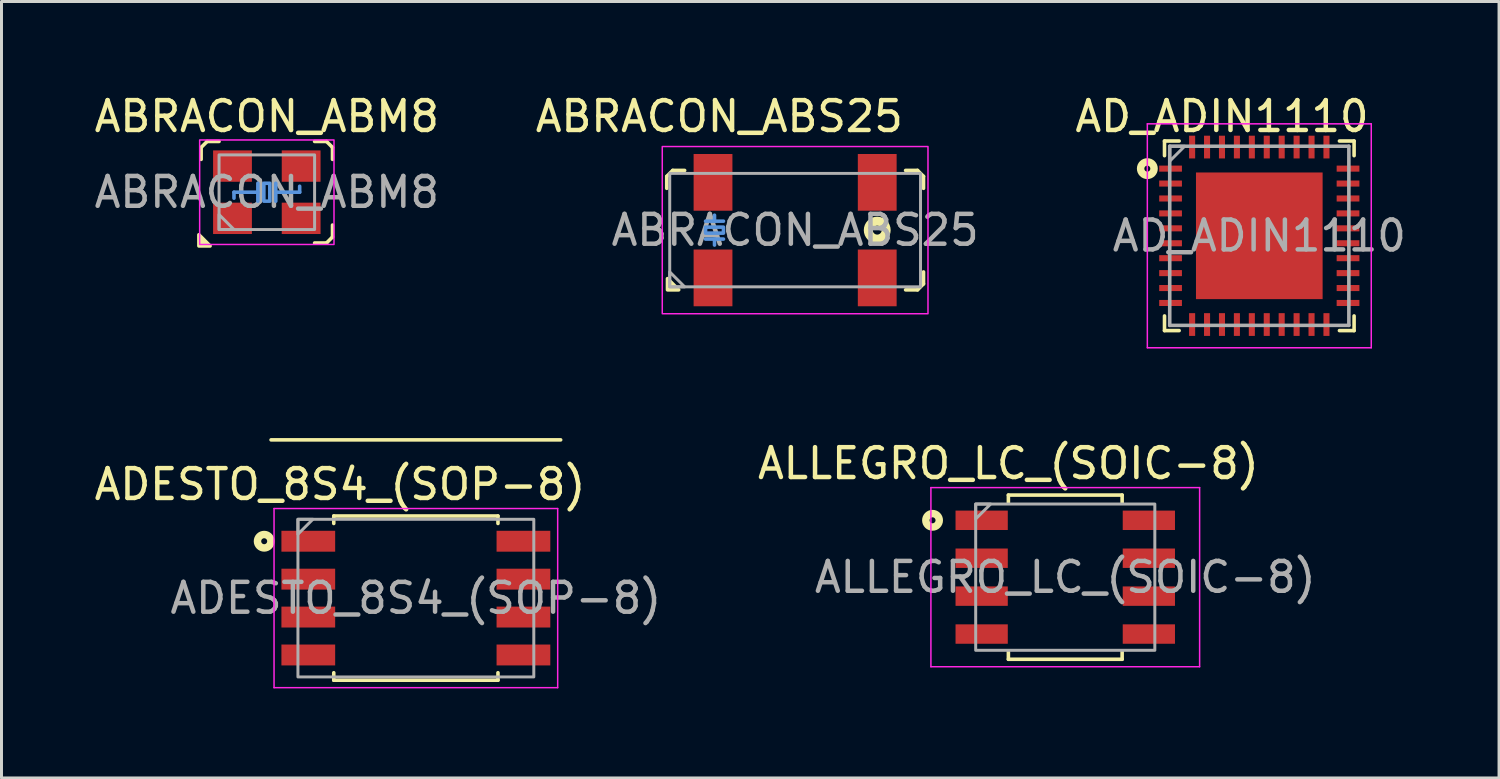
<source format=kicad_pcb>
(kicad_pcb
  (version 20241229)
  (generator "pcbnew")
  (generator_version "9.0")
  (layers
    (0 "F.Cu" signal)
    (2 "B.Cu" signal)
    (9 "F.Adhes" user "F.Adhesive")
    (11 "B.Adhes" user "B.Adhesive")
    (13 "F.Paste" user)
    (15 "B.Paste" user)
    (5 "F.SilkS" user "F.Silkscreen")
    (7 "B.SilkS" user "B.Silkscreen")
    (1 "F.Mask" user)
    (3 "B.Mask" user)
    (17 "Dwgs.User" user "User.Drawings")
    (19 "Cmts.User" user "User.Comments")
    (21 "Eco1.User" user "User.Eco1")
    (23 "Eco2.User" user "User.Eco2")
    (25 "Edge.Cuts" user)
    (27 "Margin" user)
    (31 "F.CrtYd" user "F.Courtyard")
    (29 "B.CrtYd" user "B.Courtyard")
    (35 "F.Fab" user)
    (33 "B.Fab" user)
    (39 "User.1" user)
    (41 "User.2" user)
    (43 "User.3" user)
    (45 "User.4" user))
  (footprint "ABRACON_ABS25"
    (layer "F.Cu")
    (at 23.582 4.658)
    (property "Reference" "ABRACON_ABS25" (at -2.54 -3.81 0) (unlocked yes) (layer "F.SilkS") (effects (font (size 1 1) (thickness 0.15))))
    (attr smd)
    (fp_line (start -4.3 -1.8) (end -4.1 -2) (stroke (width 0.12) (type solid)) (layer "F.SilkS"))
    (fp_line (start -4.3 -1.4) (end -4.3 -1.8) (stroke (width 0.12) (type solid)) (layer "F.SilkS"))
    (fp_line (start -4.1 -2) (end -3.7 -2) (stroke (width 0.12) (type solid)) (layer "F.SilkS"))
    (fp_line (start 3.7 2) (end 4.1 2) (stroke (width 0.12) (type solid)) (layer "F.SilkS"))
    (fp_line (start 4.1 -2) (end 3.7 -2) (stroke (width 0.12) (type solid)) (layer "F.SilkS"))
    (fp_line (start 4.1 2) (end 4.3 1.8) (stroke (width 0.12) (type solid)) (layer "F.SilkS"))
    (fp_line (start 4.3 -1.8) (end 4.1 -2) (stroke (width 0.12) (type solid)) (layer "F.SilkS"))
    (fp_line (start 4.3 -1.4) (end 4.3 -1.8) (stroke (width 0.12) (type solid)) (layer "F.SilkS"))
    (fp_line (start 4.3 1.8) (end 4.3 1.4) (stroke (width 0.12) (type solid)) (layer "F.SilkS"))
    (fp_circle (center 2.75 0) (end 3.05 0) (stroke (width 0.3) (type solid)) (fill no) (layer "F.SilkS"))
    (fp_poly (pts (xy -3.9 2) (xy -4.275 2) (xy -4.275 1.625)) (stroke (width 0.12) (type solid)) (fill yes) (layer "F.SilkS"))
    (fp_line (start -3 0.3) (end -2.4 0.3) (stroke (width 0.12) (type solid)) (layer "Cmts.User"))
    (fp_line (start -2.7 -0.3) (end -2.7 -0.5) (stroke (width 0.12) (type solid)) (layer "Cmts.User"))
    (fp_line (start -2.7 0.5) (end -2.7 0.3) (stroke (width 0.12) (type solid)) (layer "Cmts.User"))
    (fp_line (start -2.4 -0.3) (end -3 -0.3) (stroke (width 0.12) (type solid)) (layer "Cmts.User"))
    (fp_rect (start -3 0.1) (end -2.4 -0.1) (stroke (width 0.12) (type solid)) (fill no) (layer "Cmts.User"))
    (fp_rect (start -4.45 -2.8) (end 4.45 2.8) (stroke (width 0.05) (type solid)) (fill no) (layer "F.CrtYd"))
    (fp_rect (start -4.2 -1.9) (end 4.2 1.9) (stroke (width 0.1) (type solid)) (fill no) (layer "F.Fab"))
    (fp_poly (pts (xy -3.7 1.9) (xy -4.2 1.9) (xy -4.2 1.4)) (stroke (width 0.1) (type solid)) (fill no) (layer "F.Fab"))
    (fp_text user "${REFERENCE}" (at 0 0 0) (unlocked yes) (layer "F.Fab") (effects (font (size 1 1) (thickness 0.15))))
    (pad "1" smd rect (at -2.75 1.6) (size 1.3 1.9) (layers "F.Cu" "F.Mask" "F.Paste"))
    (pad "2" smd rect (at 2.75 1.6) (size 1.3 1.9) (layers "F.Cu" "F.Mask" "F.Paste"))
    (pad "3" smd rect (at 2.75 -1.6) (size 1.3 1.9) (layers "F.Cu" "F.Mask" "F.Paste"))
    (pad "4" smd rect (at -2.75 -1.6) (size 1.3 1.9) (layers "F.Cu" "F.Mask" "F.Paste")))
  (footprint "AD_ADIN1110"
    (layer "F.Cu")
    (at 39.129 4.848)
    (property "Reference" "AD_ADIN1110" (at -1.25 -4 0) (unlocked yes) (layer "F.SilkS") (effects (font (size 1 1) (thickness 0.15))))
    (attr smd)
    (fp_line (start -3.175 -3.175) (end -3.175 -2.684) (stroke (width 0.12) (type solid)) (layer "F.SilkS"))
    (fp_line (start -3.175 2.684) (end -3.175 3.175) (stroke (width 0.12) (type solid)) (layer "F.SilkS"))
    (fp_line (start -3.175 3.175) (end -2.684 3.175) (stroke (width 0.12) (type solid)) (layer "F.SilkS"))
    (fp_line (start -2.684 -3.175) (end -3.175 -3.175) (stroke (width 0.12) (type solid)) (layer "F.SilkS"))
    (fp_line (start 2.684 3.175) (end 3.175 3.175) (stroke (width 0.12) (type solid)) (layer "F.SilkS"))
    (fp_line (start 3.175 -3.175) (end 2.684 -3.175) (stroke (width 0.12) (type solid)) (layer "F.SilkS"))
    (fp_line (start 3.175 -2.684) (end 3.175 -3.175) (stroke (width 0.12) (type solid)) (layer "F.SilkS"))
    (fp_line (start 3.175 3.175) (end 3.175 2.684) (stroke (width 0.12) (type solid)) (layer "F.SilkS"))
    (fp_circle (center -3.75 -2.25) (end -3.65 -2.25) (stroke (width 0.25) (type solid)) (fill no) (layer "F.SilkS"))
    (fp_poly (pts (xy -2.021 -2.021) (xy -2.021 -0.807) (xy -0.807 -0.807) (xy -0.807 -2.021)) (stroke (width 0.1) (type solid)) (fill yes) (layer "F.Paste"))
    (fp_poly (pts (xy -2.021 -0.607) (xy -2.021 0.607) (xy -0.807 0.607) (xy -0.807 -0.607)) (stroke (width 0.1) (type solid)) (fill yes) (layer "F.Paste"))
    (fp_poly (pts (xy -2.021 0.807) (xy -2.021 2.021) (xy -0.807 2.021) (xy -0.807 0.807)) (stroke (width 0.1) (type solid)) (fill yes) (layer "F.Paste"))
    (fp_poly (pts (xy -0.607 -2.021) (xy -0.607 -0.807) (xy 0.607 -0.807) (xy 0.607 -2.021)) (stroke (width 0.1) (type solid)) (fill yes) (layer "F.Paste"))
    (fp_poly (pts (xy -0.607 -0.607) (xy -0.607 0.607) (xy 0.607 0.607) (xy 0.607 -0.607)) (stroke (width 0.1) (type solid)) (fill yes) (layer "F.Paste"))
    (fp_poly (pts (xy -0.607 0.807) (xy -0.607 2.021) (xy 0.607 2.021) (xy 0.607 0.807)) (stroke (width 0.1) (type solid)) (fill yes) (layer "F.Paste"))
    (fp_poly (pts (xy 0.807 -2.021) (xy 0.807 -0.807) (xy 2.021 -0.807) (xy 2.021 -2.021)) (stroke (width 0.1) (type solid)) (fill yes) (layer "F.Paste"))
    (fp_poly (pts (xy 0.807 -0.607) (xy 0.807 0.607) (xy 2.021 0.607) (xy 2.021 -0.607)) (stroke (width 0.1) (type solid)) (fill yes) (layer "F.Paste"))
    (fp_poly (pts (xy 0.807 0.807) (xy 0.807 2.021) (xy 2.021 2.021) (xy 2.021 0.807)) (stroke (width 0.1) (type solid)) (fill yes) (layer "F.Paste"))
    (fp_line (start -3.75 3.75) (end -3.75 -3.75) (stroke (width 0.05) (type solid)) (layer "F.CrtYd"))
    (fp_line (start 3.75 -3.75) (end -3.75 -3.75) (stroke (width 0.05) (type solid)) (layer "F.CrtYd"))
    (fp_line (start 3.75 3.75) (end -3.75 3.75) (stroke (width 0.05) (type solid)) (layer "F.CrtYd"))
    (fp_line (start 3.75 3.75) (end 3.75 -3.75) (stroke (width 0.05) (type solid)) (layer "F.CrtYd"))
    (fp_line (start -3 -3) (end -3 3) (stroke (width 0.12) (type solid)) (layer "F.Fab"))
    (fp_line (start 3 -3) (end -3 -3) (stroke (width 0.12) (type solid)) (layer "F.Fab"))
    (fp_line (start 3 -3) (end 3 3) (stroke (width 0.12) (type solid)) (layer "F.Fab"))
    (fp_line (start 3 3) (end -3 3) (stroke (width 0.12) (type solid)) (layer "F.Fab"))
    (fp_poly (pts (xy -3 -2.5) (xy -3 -3) (xy -2.5 -3)) (stroke (width 0.1) (type solid)) (fill no) (layer "F.Fab"))
    (fp_text user "${REFERENCE}" (at 0 0 0) (unlocked yes) (layer "F.Fab") (effects (font (size 1 1) (thickness 0.15))))
    (pad "1" smd rect (at -2.972 -2.25 90) (size 0.203 0.762) (layers "F.Cu" "F.Mask" "F.Paste"))
    (pad "2" smd rect (at -2.972 -1.75 90) (size 0.203 0.762) (layers "F.Cu" "F.Mask" "F.Paste"))
    (pad "3" smd rect (at -2.972 -1.25 90) (size 0.203 0.762) (layers "F.Cu" "F.Mask" "F.Paste"))
    (pad "4" smd rect (at -2.972 -0.75 90) (size 0.203 0.762) (layers "F.Cu" "F.Mask" "F.Paste"))
    (pad "5" smd rect (at -2.972 -0.25 90) (size 0.203 0.762) (layers "F.Cu" "F.Mask" "F.Paste"))
    (pad "6" smd rect (at -2.972 0.25 90) (size 0.203 0.762) (layers "F.Cu" "F.Mask" "F.Paste"))
    (pad "7" smd rect (at -2.972 0.75 90) (size 0.203 0.762) (layers "F.Cu" "F.Mask" "F.Paste"))
    (pad "8" smd rect (at -2.972 1.25 90) (size 0.203 0.762) (layers "F.Cu" "F.Mask" "F.Paste"))
    (pad "9" smd rect (at -2.972 1.75 90) (size 0.203 0.762) (layers "F.Cu" "F.Mask" "F.Paste"))
    (pad "10" smd rect (at -2.972 2.25 90) (size 0.203 0.762) (layers "F.Cu" "F.Mask" "F.Paste"))
    (pad "11" smd rect (at -2.25 2.972) (size 0.203 0.762) (layers "F.Cu" "F.Mask" "F.Paste"))
    (pad "12" smd rect (at -1.75 2.972) (size 0.203 0.762) (layers "F.Cu" "F.Mask" "F.Paste"))
    (pad "13" smd rect (at -1.25 2.972) (size 0.203 0.762) (layers "F.Cu" "F.Mask" "F.Paste"))
    (pad "14" smd rect (at -0.75 2.972) (size 0.203 0.762) (layers "F.Cu" "F.Mask" "F.Paste"))
    (pad "15" smd rect (at -0.25 2.972) (size 0.203 0.762) (layers "F.Cu" "F.Mask" "F.Paste"))
    (pad "16" smd rect (at 0.25 2.972) (size 0.203 0.762) (layers "F.Cu" "F.Mask" "F.Paste"))
    (pad "17" smd rect (at 0.75 2.972) (size 0.203 0.762) (layers "F.Cu" "F.Mask" "F.Paste"))
    (pad "18" smd rect (at 1.25 2.972) (size 0.203 0.762) (layers "F.Cu" "F.Mask" "F.Paste"))
    (pad "19" smd rect (at 1.75 2.972) (size 0.203 0.762) (layers "F.Cu" "F.Mask" "F.Paste"))
    (pad "20" smd rect (at 2.25 2.972) (size 0.203 0.762) (layers "F.Cu" "F.Mask" "F.Paste"))
    (pad "21" smd rect (at 2.972 2.25 90) (size 0.203 0.762) (layers "F.Cu" "F.Mask" "F.Paste"))
    (pad "22" smd rect (at 2.972 1.75 90) (size 0.203 0.762) (layers "F.Cu" "F.Mask" "F.Paste"))
    (pad "23" smd rect (at 2.972 1.25 90) (size 0.203 0.762) (layers "F.Cu" "F.Mask" "F.Paste"))
    (pad "24" smd rect (at 2.972 0.75 90) (size 0.203 0.762) (layers "F.Cu" "F.Mask" "F.Paste"))
    (pad "25" smd rect (at 2.972 0.25 90) (size 0.203 0.762) (layers "F.Cu" "F.Mask" "F.Paste"))
    (pad "26" smd rect (at 2.972 -0.25 90) (size 0.203 0.762) (layers "F.Cu" "F.Mask" "F.Paste"))
    (pad "27" smd rect (at 2.972 -0.75 90) (size 0.203 0.762) (layers "F.Cu" "F.Mask" "F.Paste"))
    (pad "28" smd rect (at 2.972 -1.25 90) (size 0.203 0.762) (layers "F.Cu" "F.Mask" "F.Paste"))
    (pad "29" smd rect (at 2.972 -1.75 90) (size 0.203 0.762) (layers "F.Cu" "F.Mask" "F.Paste"))
    (pad "30" smd rect (at 2.972 -2.25 90) (size 0.203 0.762) (layers "F.Cu" "F.Mask" "F.Paste"))
    (pad "31" smd rect (at 2.25 -2.972) (size 0.203 0.762) (layers "F.Cu" "F.Mask" "F.Paste"))
    (pad "32" smd rect (at 1.75 -2.972) (size 0.203 0.762) (layers "F.Cu" "F.Mask" "F.Paste"))
    (pad "33" smd rect (at 1.25 -2.972) (size 0.203 0.762) (layers "F.Cu" "F.Mask" "F.Paste"))
    (pad "34" smd rect (at 0.75 -2.972) (size 0.203 0.762) (layers "F.Cu" "F.Mask" "F.Paste"))
    (pad "35" smd rect (at 0.25 -2.972) (size 0.203 0.762) (layers "F.Cu" "F.Mask" "F.Paste"))
    (pad "36" smd rect (at -0.25 -2.972) (size 0.203 0.762) (layers "F.Cu" "F.Mask" "F.Paste"))
    (pad "37" smd rect (at -0.75 -2.972) (size 0.203 0.762) (layers "F.Cu" "F.Mask" "F.Paste"))
    (pad "38" smd rect (at -1.25 -2.972) (size 0.203 0.762) (layers "F.Cu" "F.Mask" "F.Paste"))
    (pad "39" smd rect (at -1.75 -2.972) (size 0.203 0.762) (layers "F.Cu" "F.Mask" "F.Paste"))
    (pad "40" smd rect (at -2.25 -2.972) (size 0.203 0.762) (layers "F.Cu" "F.Mask" "F.Paste"))
    (pad "41" smd rect (at 0 0) (size 4.242 4.242) (layers "F.Cu" "F.Mask")))
  (footprint "ALLEGRO_LC_(SOIC-8)"
    (layer "F.Cu")
    (at 32.63 16.282)
    (property "Reference" "ALLEGRO_LC_(SOIC-8)" (at -1.905 -3.81 0) (unlocked yes) (layer "F.SilkS") (effects (font (size 1 1) (thickness 0.15))))
    (attr smd)
    (fp_line (start -1.905 -2.75) (end -1.905 -2.5) (stroke (width 0.12) (type solid)) (layer "F.SilkS"))
    (fp_line (start -1.905 2.5) (end -1.905 2.75) (stroke (width 0.12) (type solid)) (layer "F.SilkS"))
    (fp_line (start -1.905 2.75) (end 1.905 2.75) (stroke (width 0.12) (type solid)) (layer "F.SilkS"))
    (fp_line (start 1.905 -2.75) (end -1.905 -2.75) (stroke (width 0.12) (type solid)) (layer "F.SilkS"))
    (fp_line (start 1.905 -2.75) (end 1.905 -2.5) (stroke (width 0.12) (type solid)) (layer "F.SilkS"))
    (fp_line (start 1.905 2.5) (end 1.905 2.75) (stroke (width 0.12) (type solid)) (layer "F.SilkS"))
    (fp_circle (center -4.445 -1.905) (end -4.345 -1.905) (stroke (width 0.25) (type solid)) (fill no) (layer "F.SilkS"))
    (fp_line (start -4.5 3) (end -4.5 -3) (stroke (width 0.05) (type solid)) (layer "F.CrtYd"))
    (fp_line (start 4.5 -3) (end -4.5 -3) (stroke (width 0.05) (type solid)) (layer "F.CrtYd"))
    (fp_line (start 4.5 -3) (end 4.5 3) (stroke (width 0.05) (type solid)) (layer "F.CrtYd"))
    (fp_line (start 4.5 3) (end -4.5 3) (stroke (width 0.05) (type solid)) (layer "F.CrtYd"))
    (fp_rect (start 3 -2.45) (end -3 2.45) (stroke (width 0.1) (type solid)) (fill no) (layer "F.Fab"))
    (fp_poly (pts (xy -3 -1.95) (xy -3 -2.45) (xy -2.5 -2.45)) (stroke (width 0.1) (type solid)) (fill no) (layer "F.Fab"))
    (fp_text user "${REFERENCE}" (at 0 0 0) (unlocked yes) (layer "F.Fab") (effects (font (size 1 1) (thickness 0.15))))
    (pad "1" smd rect (at -2.8 -1.905) (size 1.75 0.65) (layers "F.Cu" "F.Mask" "F.Paste"))
    (pad "2" smd rect (at -2.8 -0.635) (size 1.75 0.65) (layers "F.Cu" "F.Mask" "F.Paste"))
    (pad "3" smd rect (at -2.8 0.635) (size 1.75 0.65) (layers "F.Cu" "F.Mask" "F.Paste"))
    (pad "4" smd rect (at -2.8 1.905) (size 1.75 0.65) (layers "F.Cu" "F.Mask" "F.Paste"))
    (pad "5" smd rect (at 2.8 1.905) (size 1.75 0.65) (layers "F.Cu" "F.Mask" "F.Paste"))
    (pad "6" smd rect (at 2.8 0.635) (size 1.75 0.65) (layers "F.Cu" "F.Mask" "F.Paste"))
    (pad "7" smd rect (at 2.8 -0.635) (size 1.75 0.65) (layers "F.Cu" "F.Mask" "F.Paste"))
    (pad "8" smd rect (at 2.8 -1.905) (size 1.75 0.65) (layers "F.Cu" "F.Mask" "F.Paste")))
  (footprint "ABRACON_ABM8"
    (layer "F.Cu")
    (at 5.887 3.388)
    (property "Reference" "ABRACON_ABM8" (at 0 -2.54 0) (unlocked yes) (layer "F.SilkS") (effects (font (size 1 1) (thickness 0.15))))
    (attr smd)
    (fp_line (start -2.2 -1.5) (end -2 -1.7) (stroke (width 0.12) (type solid)) (layer "F.SilkS"))
    (fp_line (start -2.2 -1.1) (end -2.2 -1.5) (stroke (width 0.12) (type solid)) (layer "F.SilkS"))
    (fp_line (start -2 -1.7) (end -1.6 -1.7) (stroke (width 0.12) (type solid)) (layer "F.SilkS"))
    (fp_line (start 1.6 1.7) (end 2 1.7) (stroke (width 0.12) (type solid)) (layer "F.SilkS"))
    (fp_line (start 2 -1.7) (end 1.6 -1.7) (stroke (width 0.12) (type solid)) (layer "F.SilkS"))
    (fp_line (start 2 1.7) (end 2.2 1.5) (stroke (width 0.12) (type solid)) (layer "F.SilkS"))
    (fp_line (start 2.2 -1.5) (end 2 -1.7) (stroke (width 0.12) (type solid)) (layer "F.SilkS"))
    (fp_line (start 2.2 -1.1) (end 2.2 -1.5) (stroke (width 0.12) (type solid)) (layer "F.SilkS"))
    (fp_line (start 2.2 1.5) (end 2.2 1.1) (stroke (width 0.12) (type solid)) (layer "F.SilkS"))
    (fp_poly (pts (xy -1.9 1.8) (xy -2.275 1.8) (xy -2.275 1.425)) (stroke (width 0.12) (type solid)) (fill yes) (layer "F.SilkS"))
    (fp_line (start -1.1 0) (end -0.3 0) (stroke (width 0.12) (type solid)) (layer "Cmts.User"))
    (fp_line (start -1.1 0.2) (end -1.1 0) (stroke (width 0.12) (type solid)) (layer "Cmts.User"))
    (fp_line (start -0.3 -0.3) (end -0.3 0.3) (stroke (width 0.12) (type solid)) (layer "Cmts.User"))
    (fp_line (start 0.3 0) (end 1.1 0) (stroke (width 0.12) (type solid)) (layer "Cmts.User"))
    (fp_line (start 0.3 0.3) (end 0.3 -0.3) (stroke (width 0.12) (type solid)) (layer "Cmts.User"))
    (fp_line (start 1.1 0) (end 1.1 -0.2) (stroke (width 0.12) (type solid)) (layer "Cmts.User"))
    (fp_rect (start -0.1 -0.3) (end 0.1 0.3) (stroke (width 0.12) (type solid)) (fill no) (layer "Cmts.User"))
    (fp_rect (start -2.25 -1.75) (end 2.25 1.75) (stroke (width 0.05) (type solid)) (fill no) (layer "F.CrtYd"))
    (fp_rect (start -1.6 -1.25) (end 1.6 1.25) (stroke (width 0.1) (type solid)) (fill no) (layer "F.Fab"))
    (fp_poly (pts (xy -1.1 1.25) (xy -1.6 1.25) (xy -1.6 0.75)) (stroke (width 0.1) (type solid)) (fill no) (layer "F.Fab"))
    (fp_text user "${REFERENCE}" (at 0 0 0) (unlocked yes) (layer "F.Fab") (effects (font (size 1 1) (thickness 0.15))))
    (pad "1" smd rect (at -1.15 0.875) (size 1.3 1.05) (layers "F.Cu" "F.Mask" "F.Paste"))
    (pad "2" smd rect (at 1.15 0.875) (size 1.3 1.05) (layers "F.Cu" "F.Mask" "F.Paste"))
    (pad "3" smd rect (at 1.15 -0.875) (size 1.3 1.05) (layers "F.Cu" "F.Mask" "F.Paste"))
    (pad "4" smd rect (at -1.15 -0.875) (size 1.3 1.05) (layers "F.Cu" "F.Mask" "F.Paste")))
  (footprint "ADESTO_8S4_(SOP-8)"
    (layer "F.Cu")
    (at 10.879 16.983)
    (property "Reference" "ADESTO_8S4_(SOP-8)" (at -2.54 -3.81 0) (unlocked yes) (layer "F.SilkS") (effects (font (size 1 1) (thickness 0.15))))
    (attr smd)
    (fp_line (start -4.85 -5.3) (end 4.85 -5.3) (stroke (width 0.12) (type solid)) (layer "F.SilkS"))
    (fp_line (start -2.75 -2.75) (end -2.75 -2.5) (stroke (width 0.12) (type solid)) (layer "F.SilkS"))
    (fp_line (start -2.75 2.5) (end -2.75 2.75) (stroke (width 0.12) (type solid)) (layer "F.SilkS"))
    (fp_line (start -2.75 2.75) (end 2.75 2.75) (stroke (width 0.12) (type solid)) (layer "F.SilkS"))
    (fp_line (start 2.75 -2.75) (end -2.75 -2.75) (stroke (width 0.12) (type solid)) (layer "F.SilkS"))
    (fp_line (start 2.75 -2.75) (end 2.75 -2.5) (stroke (width 0.12) (type solid)) (layer "F.SilkS"))
    (fp_line (start 2.75 2.5) (end 2.75 2.75) (stroke (width 0.12) (type solid)) (layer "F.SilkS"))
    (fp_circle (center -5.08 -1.905) (end -4.98 -1.905) (stroke (width 0.25) (type solid)) (fill no) (layer "F.SilkS"))
    (fp_line (start -4.75 3) (end -4.75 -3) (stroke (width 0.05) (type solid)) (layer "F.CrtYd"))
    (fp_line (start 4.75 -3) (end -4.75 -3) (stroke (width 0.05) (type solid)) (layer "F.CrtYd"))
    (fp_line (start 4.75 -3) (end 4.75 3) (stroke (width 0.05) (type solid)) (layer "F.CrtYd"))
    (fp_line (start 4.75 3) (end -4.75 3) (stroke (width 0.05) (type solid)) (layer "F.CrtYd"))
    (fp_rect (start 3.95 -2.64) (end -3.95 2.64) (stroke (width 0.1) (type solid)) (fill no) (layer "F.Fab"))
    (fp_poly (pts (xy -3.95 -2.14) (xy -3.95 -2.64) (xy -3.45 -2.64)) (stroke (width 0.1) (type solid)) (fill no) (layer "F.Fab"))
    (fp_text user "${REFERENCE}" (at 0 0 0) (unlocked yes) (layer "F.Fab") (effects (font (size 1 1) (thickness 0.15))))
    (pad "1" smd rect (at -3.603 -1.905) (size 1.8 0.7) (layers "F.Cu" "F.Mask" "F.Paste"))
    (pad "2" smd rect (at -3.603 -0.635) (size 1.8 0.7) (layers "F.Cu" "F.Mask" "F.Paste"))
    (pad "3" smd rect (at -3.603 0.635) (size 1.8 0.7) (layers "F.Cu" "F.Mask" "F.Paste"))
    (pad "4" smd rect (at -3.603 1.905) (size 1.8 0.7) (layers "F.Cu" "F.Mask" "F.Paste"))
    (pad "5" smd rect (at 3.603 1.905) (size 1.8 0.7) (layers "F.Cu" "F.Mask" "F.Paste"))
    (pad "6" smd rect (at 3.603 0.635) (size 1.8 0.7) (layers "F.Cu" "F.Mask" "F.Paste"))
    (pad "7" smd rect (at 3.603 -0.635) (size 1.8 0.7) (layers "F.Cu" "F.Mask" "F.Paste"))
    (pad "8" smd rect (at 3.603 -1.905) (size 1.8 0.7) (layers "F.Cu" "F.Mask" "F.Paste")))
  (gr_rect
    (start -3 -3)
    (end 47.159 23.008)
    (stroke (width 0.1) (type default))
    (fill no)
    (layer "Edge.Cuts")))
</source>
